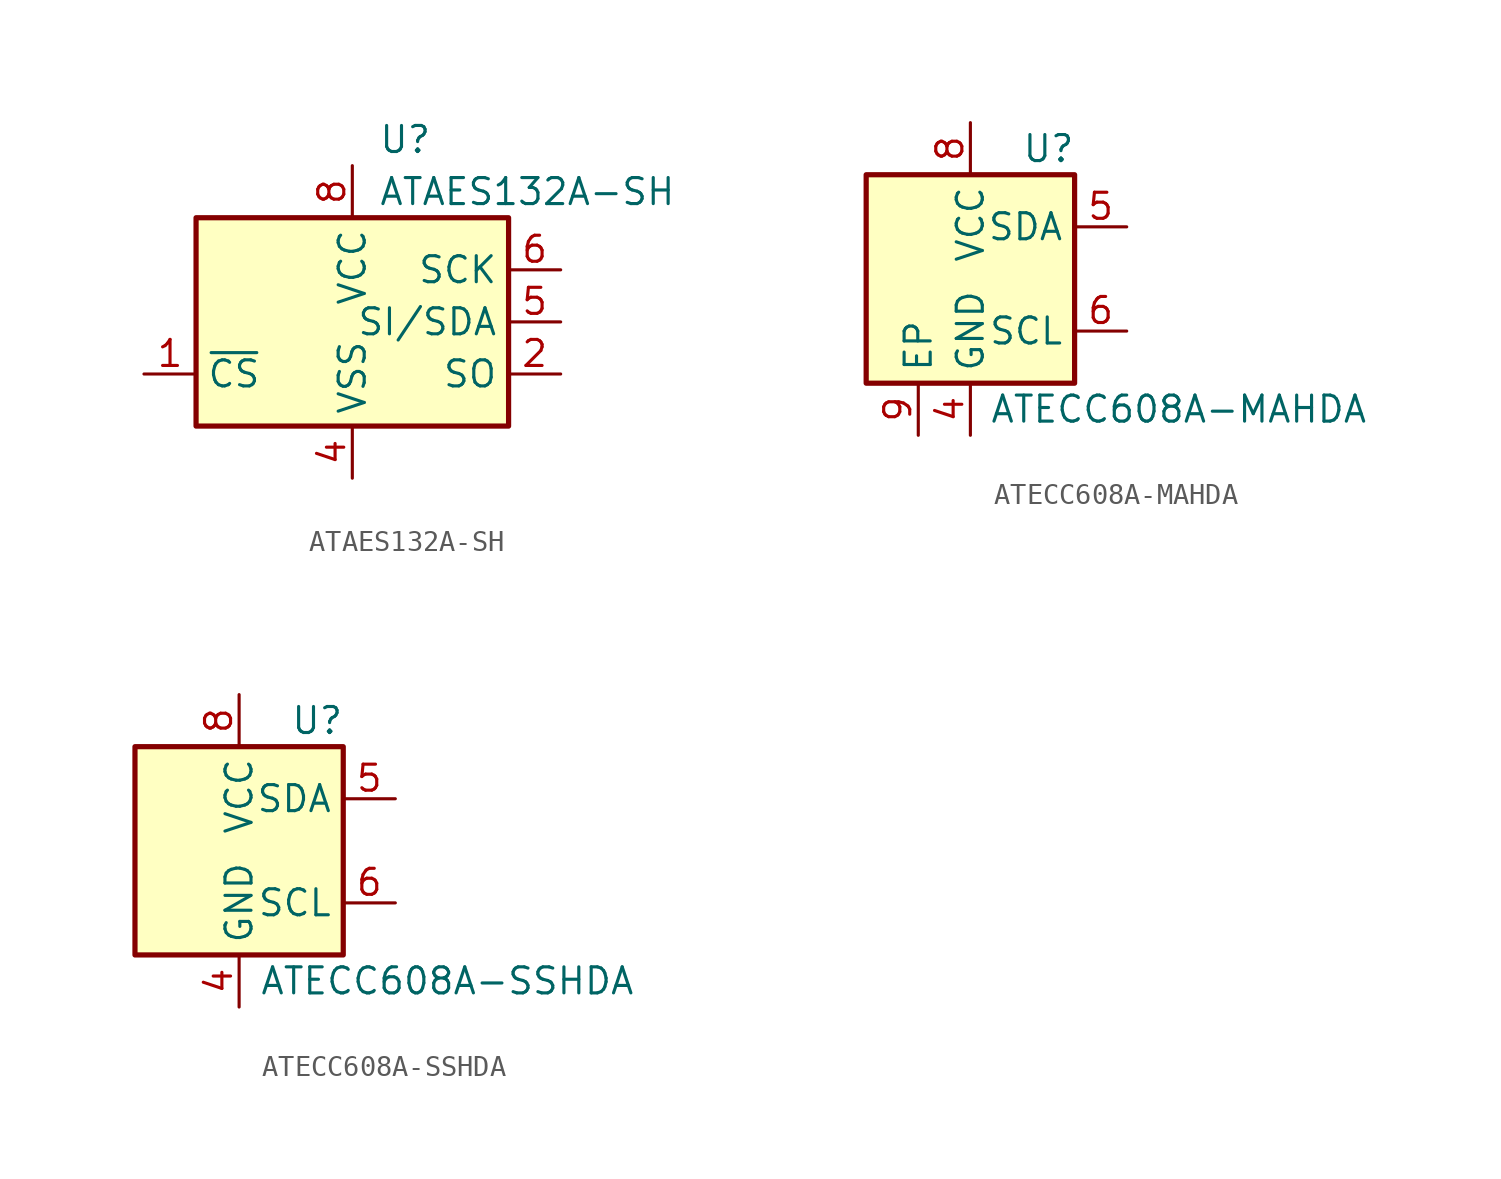
<source format=kicad_sym>
(kicad_symbol_lib
  (version 20241209)
  (generator "kicad_symbol_editor")
  (generator_version "9.0")
  (symbol "ATAES132A-SH"
    (property "Reference" "U"
      (at 1.27 8.89 0)
      (effects (font (size 1.27 1.27)) (justify left)))
    (property "Value" "ATAES132A-SH"
      (at 1.27 6.35 0)
      (effects (font (size 1.27 1.27)) (justify left)))
    (symbol "ATAES132A-SH_0_1"
      (rectangle (start 7.62 5.08) (end -7.62 -5.08) (stroke (width 0.254) (type default)) (fill (type background))))
    (symbol "ATAES132A-SH_1_1"
      (pin input line (at -10.16 -2.54 0) (length 2.54) (name "~{CS}" (effects (font (size 1.27 1.27)))) (number "1" (effects (font (size 1.27 1.27)))))
      (pin no_connect line (at -7.62 2.54 0) (length 2.54) (hide yes) (name "NC" (effects (font (size 1.27 1.27)))) (number "3" (effects (font (size 1.27 1.27)))))
      (pin no_connect line (at -7.62 0 0) (length 2.54) (hide yes) (name "NC" (effects (font (size 1.27 1.27)))) (number "7" (effects (font (size 1.27 1.27)))))
      (pin power_in line (at 0 7.62 270) (length 2.54) (name "VCC" (effects (font (size 1.27 1.27)))) (number "8" (effects (font (size 1.27 1.27)))))
      (pin power_in line (at 0 -7.62 90) (length 2.54) (name "VSS" (effects (font (size 1.27 1.27)))) (number "4" (effects (font (size 1.27 1.27)))))
      (pin input line (at 10.16 2.54 180) (length 2.54) (name "SCK" (effects (font (size 1.27 1.27)))) (number "6" (effects (font (size 1.27 1.27)))))
      (pin bidirectional line (at 10.16 0 180) (length 2.54) (name "SI/SDA" (effects (font (size 1.27 1.27)))) (number "5" (effects (font (size 1.27 1.27)))))
      (pin output line (at 10.16 -2.54 180) (length 2.54) (name "SO" (effects (font (size 1.27 1.27)))) (number "2" (effects (font (size 1.27 1.27)))))))
  (symbol "ATECC608A-MAHDA"
    (property "Reference" "U"
      (at 3.81 6.35 0)
      (effects (font (size 1.27 1.27))))
    (property "Value" "ATECC608A-MAHDA"
      (at 10.16 -6.35 0)
      (effects (font (size 1.27 1.27))))
    (symbol "ATECC608A-MAHDA_0_1"
      (rectangle (start -5.08 5.08) (end 5.08 -5.08) (stroke (width 0.254) (type default)) (fill (type background))))
    (symbol "ATECC608A-MAHDA_1_1"
      (pin no_connect line (at -5.08 2.54 0) (length 2.54) (hide yes) (name "NC" (effects (font (size 1.27 1.27)))) (number "1" (effects (font (size 1.27 1.27)))))
      (pin no_connect line (at -5.08 0 0) (length 2.54) (hide yes) (name "NC" (effects (font (size 1.27 1.27)))) (number "2" (effects (font (size 1.27 1.27)))))
      (pin no_connect line (at -5.08 -2.54 0) (length 2.54) (hide yes) (name "NC" (effects (font (size 1.27 1.27)))) (number "3" (effects (font (size 1.27 1.27)))))
      (pin input line (at -2.54 -7.62 90) (length 2.54) (name "EP" (effects (font (size 1.27 1.27)))) (number "9" (effects (font (size 1.27 1.27)))))
      (pin power_in line (at 0 7.62 270) (length 2.54) (name "VCC" (effects (font (size 1.27 1.27)))) (number "8" (effects (font (size 1.27 1.27)))))
      (pin power_in line (at 0 -7.62 90) (length 2.54) (name "GND" (effects (font (size 1.27 1.27)))) (number "4" (effects (font (size 1.27 1.27)))))
      (pin no_connect line (at 5.08 0 180) (length 2.54) (hide yes) (name "NC" (effects (font (size 1.27 1.27)))) (number "7" (effects (font (size 1.27 1.27)))))
      (pin bidirectional line (at 7.62 2.54 180) (length 2.54) (name "SDA" (effects (font (size 1.27 1.27)))) (number "5" (effects (font (size 1.27 1.27)))))
      (pin input line (at 7.62 -2.54 180) (length 2.54) (name "SCL" (effects (font (size 1.27 1.27)))) (number "6" (effects (font (size 1.27 1.27)))))))
  (symbol "ATECC608A-SSHDA"
    (property "Reference" "U"
      (at 3.81 6.35 0)
      (effects (font (size 1.27 1.27))))
    (property "Value" "ATECC608A-SSHDA"
      (at 10.16 -6.35 0)
      (effects (font (size 1.27 1.27))))
    (symbol "ATECC608A-SSHDA_0_1"
      (rectangle (start -5.08 5.08) (end 5.08 -5.08) (stroke (width 0.254) (type default)) (fill (type background))))
    (symbol "ATECC608A-SSHDA_1_1"
      (pin no_connect line (at -5.08 2.54 0) (length 2.54) (hide yes) (name "NC" (effects (font (size 1.27 1.27)))) (number "1" (effects (font (size 1.27 1.27)))))
      (pin no_connect line (at -5.08 0 0) (length 2.54) (hide yes) (name "NC" (effects (font (size 1.27 1.27)))) (number "2" (effects (font (size 1.27 1.27)))))
      (pin no_connect line (at -5.08 -2.54 0) (length 2.54) (hide yes) (name "NC" (effects (font (size 1.27 1.27)))) (number "3" (effects (font (size 1.27 1.27)))))
      (pin power_in line (at 0 7.62 270) (length 2.54) (name "VCC" (effects (font (size 1.27 1.27)))) (number "8" (effects (font (size 1.27 1.27)))))
      (pin power_in line (at 0 -7.62 90) (length 2.54) (name "GND" (effects (font (size 1.27 1.27)))) (number "4" (effects (font (size 1.27 1.27)))))
      (pin no_connect line (at 5.08 0 180) (length 2.54) (hide yes) (name "NC" (effects (font (size 1.27 1.27)))) (number "7" (effects (font (size 1.27 1.27)))))
      (pin bidirectional line (at 7.62 2.54 180) (length 2.54) (name "SDA" (effects (font (size 1.27 1.27)))) (number "5" (effects (font (size 1.27 1.27)))))
      (pin input line (at 7.62 -2.54 180) (length 2.54) (name "SCL" (effects (font (size 1.27 1.27)))) (number "6" (effects (font (size 1.27 1.27))))))))
</source>
